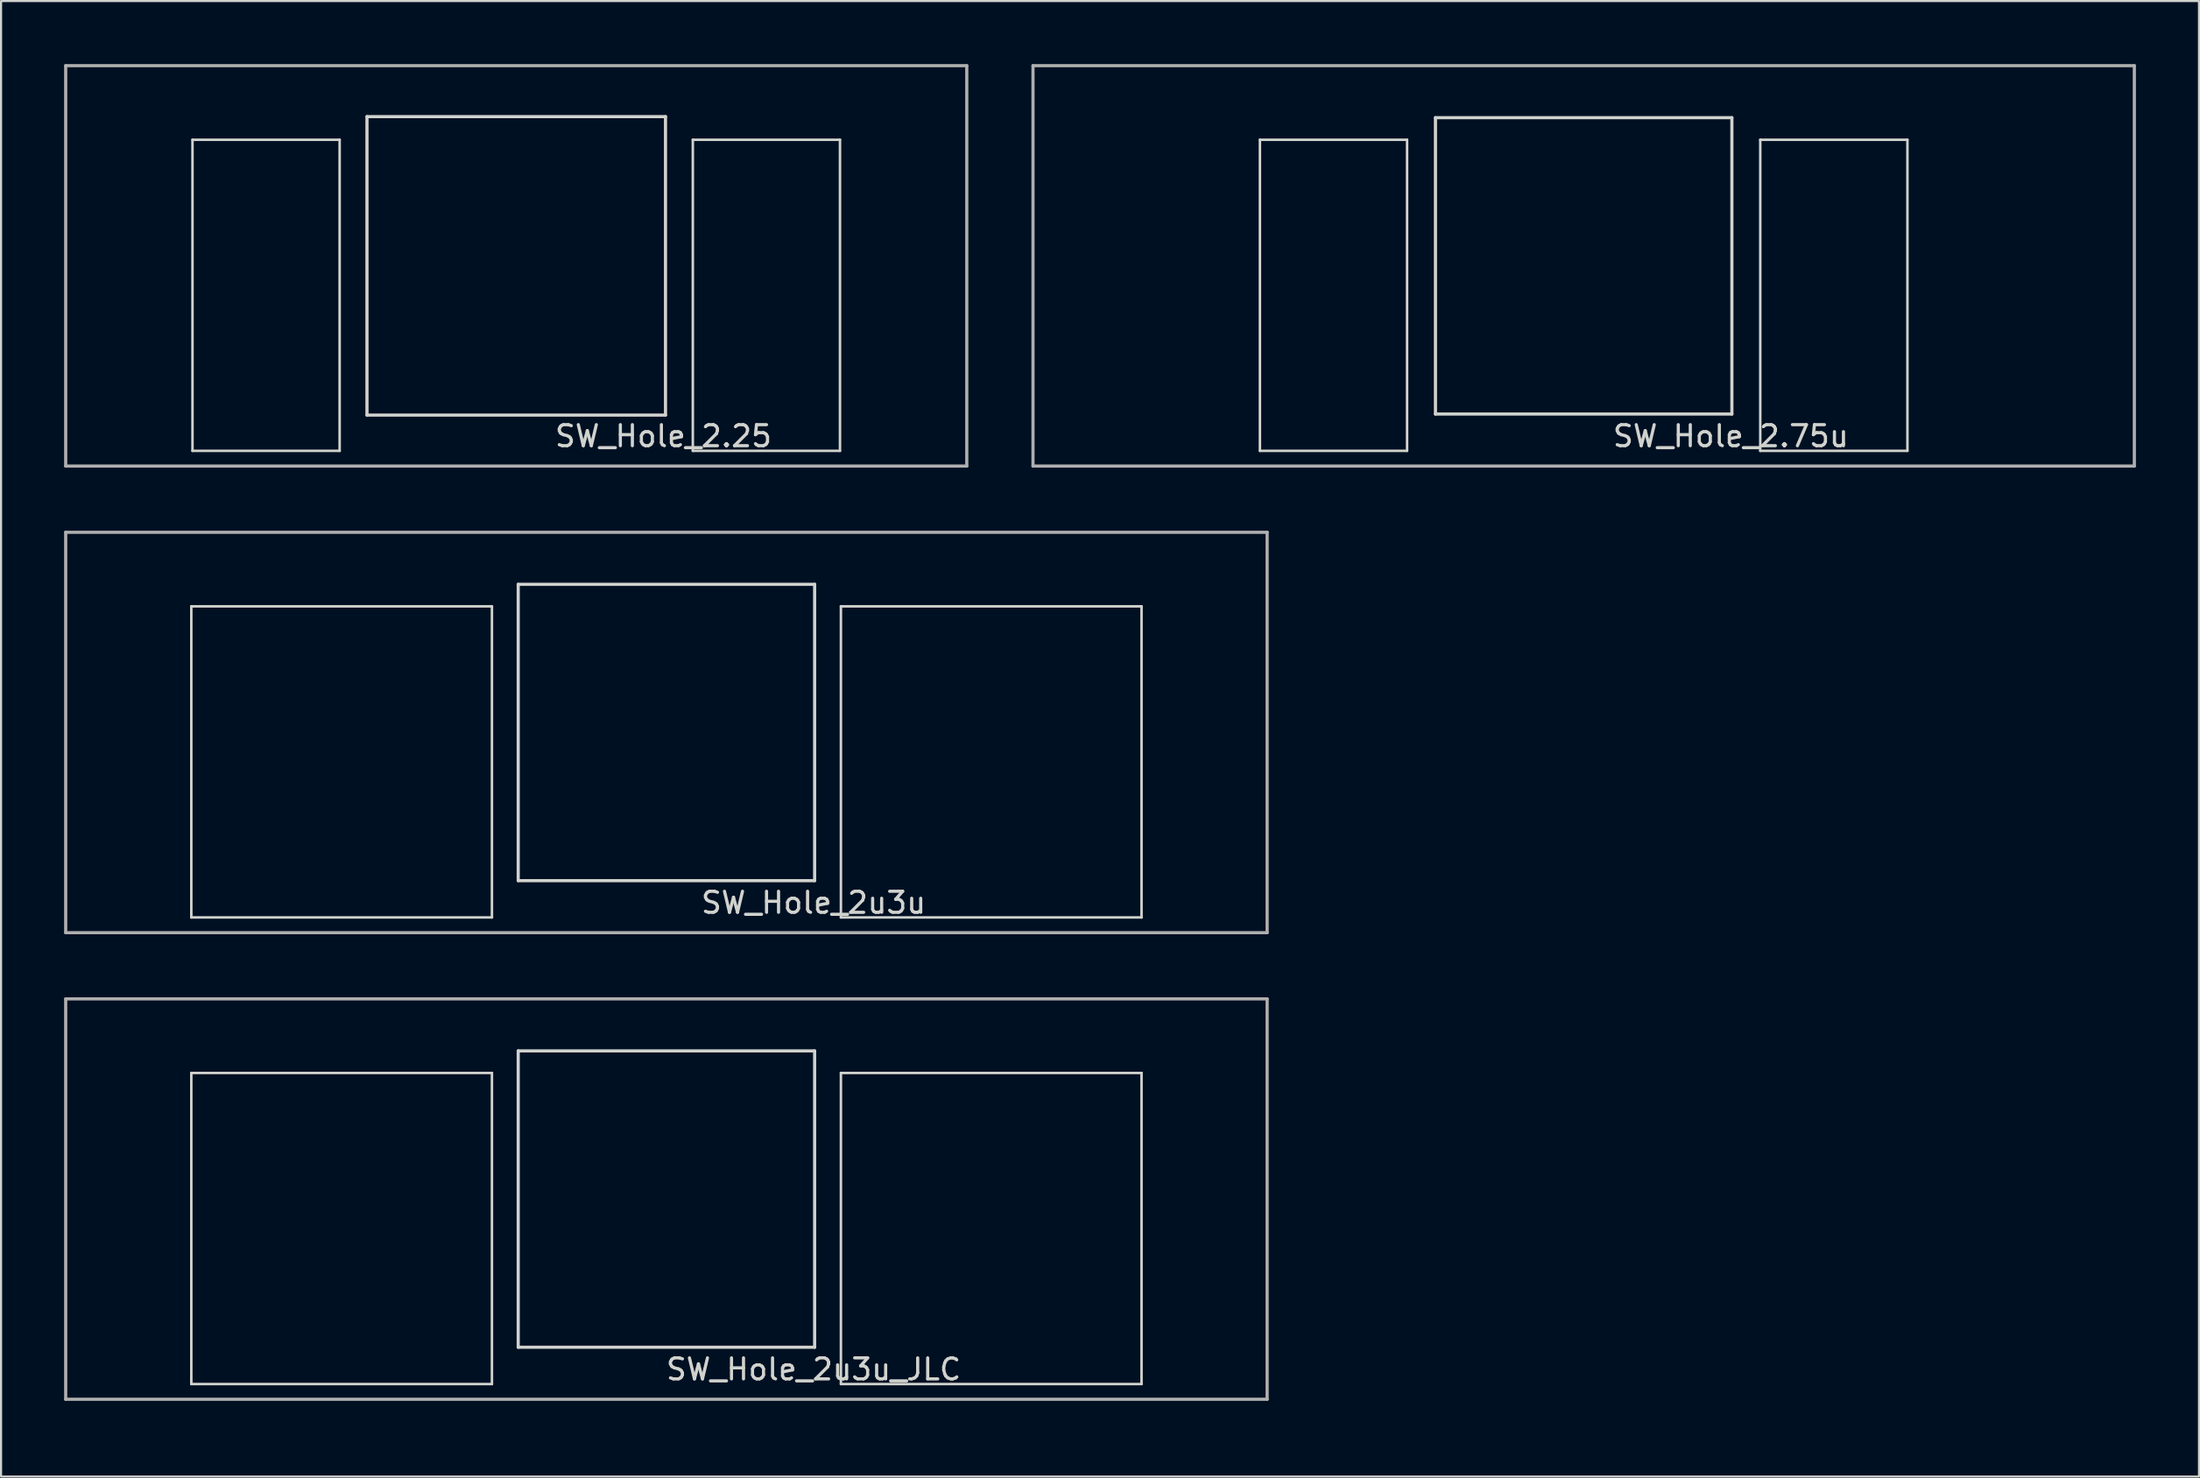
<source format=kicad_pcb>
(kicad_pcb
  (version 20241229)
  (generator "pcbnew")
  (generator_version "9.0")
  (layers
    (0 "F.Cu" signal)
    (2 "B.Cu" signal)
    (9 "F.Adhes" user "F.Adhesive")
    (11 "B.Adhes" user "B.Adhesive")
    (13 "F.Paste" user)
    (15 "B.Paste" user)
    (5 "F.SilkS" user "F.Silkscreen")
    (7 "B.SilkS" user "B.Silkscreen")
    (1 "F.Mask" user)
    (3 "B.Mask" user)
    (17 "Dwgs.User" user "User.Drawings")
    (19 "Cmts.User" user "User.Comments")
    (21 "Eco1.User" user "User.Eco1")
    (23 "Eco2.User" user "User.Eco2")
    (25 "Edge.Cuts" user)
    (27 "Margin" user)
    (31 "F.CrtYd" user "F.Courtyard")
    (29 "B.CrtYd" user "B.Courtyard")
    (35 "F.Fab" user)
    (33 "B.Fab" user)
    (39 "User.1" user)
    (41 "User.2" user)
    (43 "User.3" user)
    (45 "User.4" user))
  (footprint "SW_Hole_2.25"
    (layer "F.Cu")
    (at 21.506 9.6)
    (property "Reference" "SW_Hole_2.25" (at 7 8.1 0) (layer "Edge.Cuts") (effects (font (size 1 1) (thickness 0.15))))
    (attr through_hole)
    (fp_line (start -15.4 -6) (end -8.4 -6) (stroke (width 0.12) (type solid)) (layer "Edge.Cuts"))
    (fp_line (start -15.4 8.8) (end -15.4 -6) (stroke (width 0.12) (type solid)) (layer "Edge.Cuts"))
    (fp_line (start -8.4 -6) (end -8.4 8.8) (stroke (width 0.12) (type solid)) (layer "Edge.Cuts"))
    (fp_line (start -8.4 8.8) (end -15.4 8.8) (stroke (width 0.12) (type solid)) (layer "Edge.Cuts"))
    (fp_line (start -7.1 -7.1) (end 7.1 -7.1) (stroke (width 0.15) (type solid)) (layer "Edge.Cuts"))
    (fp_line (start -7.1 7.1) (end -7.1 -7.1) (stroke (width 0.15) (type solid)) (layer "Edge.Cuts"))
    (fp_line (start 7.1 -7.1) (end 7.1 7.1) (stroke (width 0.15) (type solid)) (layer "Edge.Cuts"))
    (fp_line (start 7.1 7.1) (end -7.1 7.1) (stroke (width 0.15) (type solid)) (layer "Edge.Cuts"))
    (fp_line (start 8.4 -6) (end 8.4 8.8) (stroke (width 0.12) (type solid)) (layer "Edge.Cuts"))
    (fp_line (start 8.4 8.8) (end 15.4 8.8) (stroke (width 0.12) (type solid)) (layer "Edge.Cuts"))
    (fp_line (start 15.4 -6) (end 8.4 -6) (stroke (width 0.12) (type solid)) (layer "Edge.Cuts"))
    (fp_line (start 15.4 8.8) (end 15.4 -6) (stroke (width 0.12) (type solid)) (layer "Edge.Cuts"))
    (fp_line (start -21.431 -9.525) (end -21.431 9.525) (stroke (width 0.15) (type solid)) (layer "F.Fab"))
    (fp_line (start -21.431 9.525) (end 21.431 9.525) (stroke (width 0.15) (type solid)) (layer "F.Fab"))
    (fp_line (start 21.431 -9.525) (end -21.431 -9.525) (stroke (width 0.15) (type solid)) (layer "F.Fab"))
    (fp_line (start 21.431 9.525) (end 21.431 -9.525) (stroke (width 0.15) (type solid)) (layer "F.Fab")))
  (footprint "SW_Hole_2.75u"
    (layer "F.Cu")
    (at 72.281 9.6)
    (property "Reference" "SW_Hole_2.75u" (at 7 8.1 0) (layer "Edge.Cuts") (effects (font (size 1 1) (thickness 0.15))))
    (attr through_hole)
    (fp_line (start -15.4 -6) (end -8.4 -6) (stroke (width 0.12) (type solid)) (layer "Edge.Cuts"))
    (fp_line (start -15.4 8.8) (end -15.4 -6) (stroke (width 0.12) (type solid)) (layer "Edge.Cuts"))
    (fp_line (start -8.4 -6) (end -8.4 8.8) (stroke (width 0.12) (type solid)) (layer "Edge.Cuts"))
    (fp_line (start -8.4 8.8) (end -15.4 8.8) (stroke (width 0.12) (type solid)) (layer "Edge.Cuts"))
    (fp_line (start -7.05 -7.05) (end 7.05 -7.05) (stroke (width 0.15) (type solid)) (layer "Edge.Cuts"))
    (fp_line (start -7.05 7.05) (end -7.05 -7.05) (stroke (width 0.15) (type solid)) (layer "Edge.Cuts"))
    (fp_line (start 7.05 -7.05) (end 7.05 7.05) (stroke (width 0.15) (type solid)) (layer "Edge.Cuts"))
    (fp_line (start 7.05 7.05) (end -7.05 7.05) (stroke (width 0.15) (type solid)) (layer "Edge.Cuts"))
    (fp_line (start 8.4 -6) (end 8.4 8.8) (stroke (width 0.12) (type solid)) (layer "Edge.Cuts"))
    (fp_line (start 8.4 8.8) (end 15.4 8.8) (stroke (width 0.12) (type solid)) (layer "Edge.Cuts"))
    (fp_line (start 15.4 -6) (end 8.4 -6) (stroke (width 0.12) (type solid)) (layer "Edge.Cuts"))
    (fp_line (start 15.4 8.8) (end 15.4 -6) (stroke (width 0.12) (type solid)) (layer "Edge.Cuts"))
    (fp_line (start -26.194 -9.525) (end -26.194 9.525) (stroke (width 0.15) (type solid)) (layer "F.Fab"))
    (fp_line (start -26.194 9.525) (end 26.194 9.525) (stroke (width 0.15) (type solid)) (layer "F.Fab"))
    (fp_line (start 26.194 -9.525) (end -26.194 -9.525) (stroke (width 0.15) (type solid)) (layer "F.Fab"))
    (fp_line (start 26.194 9.525) (end 26.194 -9.525) (stroke (width 0.15) (type solid)) (layer "F.Fab")))
  (footprint "SW_Hole_2u3u"
    (layer "F.Cu")
    (at 28.65 31.8)
    (property "Reference" "SW_Hole_2u3u" (at 7 8.1 0) (layer "Edge.Cuts") (effects (font (size 1 1) (thickness 0.15))))
    (attr through_hole)
    (fp_line (start -22.6 -6) (end -8.3 -6) (stroke (width 0.12) (type solid)) (layer "Edge.Cuts"))
    (fp_line (start -22.6 8.8) (end -22.6 -6) (stroke (width 0.12) (type solid)) (layer "Edge.Cuts"))
    (fp_line (start -8.3 -6) (end -8.3 8.8) (stroke (width 0.12) (type solid)) (layer "Edge.Cuts"))
    (fp_line (start -8.3 8.8) (end -22.6 8.8) (stroke (width 0.12) (type solid)) (layer "Edge.Cuts"))
    (fp_line (start -7.05 -7.05) (end 7.05 -7.05) (stroke (width 0.15) (type solid)) (layer "Edge.Cuts"))
    (fp_line (start -7.05 7.05) (end -7.05 -7.05) (stroke (width 0.15) (type solid)) (layer "Edge.Cuts"))
    (fp_line (start 7.05 -7.05) (end 7.05 7.05) (stroke (width 0.15) (type solid)) (layer "Edge.Cuts"))
    (fp_line (start 7.05 7.05) (end -7.05 7.05) (stroke (width 0.15) (type solid)) (layer "Edge.Cuts"))
    (fp_line (start 8.3 -6) (end 8.3 8.8) (stroke (width 0.12) (type solid)) (layer "Edge.Cuts"))
    (fp_line (start 8.3 8.8) (end 22.6 8.8) (stroke (width 0.12) (type solid)) (layer "Edge.Cuts"))
    (fp_line (start 22.6 -6) (end 8.3 -6) (stroke (width 0.12) (type solid)) (layer "Edge.Cuts"))
    (fp_line (start 22.6 8.8) (end 22.6 -6) (stroke (width 0.12) (type solid)) (layer "Edge.Cuts"))
    (fp_line (start -28.575 -9.525) (end -28.575 9.525) (stroke (width 0.15) (type solid)) (layer "F.Fab"))
    (fp_line (start -28.575 9.525) (end 28.575 9.525) (stroke (width 0.15) (type solid)) (layer "F.Fab"))
    (fp_line (start 28.575 -9.525) (end -28.575 -9.525) (stroke (width 0.15) (type solid)) (layer "F.Fab"))
    (fp_line (start 28.575 9.525) (end 28.575 -9.525) (stroke (width 0.15) (type solid)) (layer "F.Fab")))
  (footprint "SW_Hole_2u3u_JLC"
    (layer "F.Cu")
    (at 28.65 54)
    (property "Reference" "SW_Hole_2u3u_JLC" (at 7 8.1 0) (layer "Edge.Cuts") (effects (font (size 1 1) (thickness 0.15))))
    (attr through_hole)
    (fp_line (start -23.35 -6.75) (end -14.9 -6.75) (stroke (width 1.3) (type default)) (layer "F.Mask"))
    (fp_line (start -23.35 9.55) (end -23.35 -6.75) (stroke (width 1.3) (type default)) (layer "F.Mask"))
    (fp_line (start -23.35 9.55) (end -14.87 9.55) (stroke (width 1.3) (type default)) (layer "F.Mask"))
    (fp_line (start -16.25 -6.75) (end -7.8 -6.75) (stroke (width 1.3) (type default)) (layer "F.Mask"))
    (fp_line (start -16.25 9.55) (end -7.77 9.55) (stroke (width 1.3) (type default)) (layer "F.Mask"))
    (fp_line (start -7.675 9.55) (end -7.675 -7.8) (stroke (width 1.05) (type default)) (layer "F.Mask"))
    (fp_line (start -7.55 -7.8) (end 7.55 -7.8) (stroke (width 1.3) (type default)) (layer "F.Mask"))
    (fp_line (start -7.55 7.8) (end 7.55 7.8) (stroke (width 1.3) (type default)) (layer "F.Mask"))
    (fp_line (start 7.675 9.55) (end 7.675 -7.8) (stroke (width 1.05) (type default)) (layer "F.Mask"))
    (fp_line (start 16.25 -6.75) (end 7.8 -6.75) (stroke (width 1.3) (type default)) (layer "F.Mask"))
    (fp_line (start 16.25 9.55) (end 7.77 9.55) (stroke (width 1.3) (type default)) (layer "F.Mask"))
    (fp_line (start 23.35 -6.75) (end 14.9 -6.75) (stroke (width 1.3) (type default)) (layer "F.Mask"))
    (fp_line (start 23.35 -6.75) (end 23.35 9.55) (stroke (width 1.3) (type default)) (layer "F.Mask"))
    (fp_line (start 23.35 9.55) (end 14.87 9.55) (stroke (width 1.3) (type default)) (layer "F.Mask"))
    (fp_line (start -23.35 -6.75) (end -23.35 9.55) (stroke (width 1.3) (type default)) (layer "B.Mask"))
    (fp_line (start -23.35 -6.75) (end -14.9 -6.75) (stroke (width 1.3) (type default)) (layer "B.Mask"))
    (fp_line (start -23.35 9.55) (end -14.87 9.55) (stroke (width 1.3) (type default)) (layer "B.Mask"))
    (fp_line (start -16.25 -6.75) (end -7.8 -6.75) (stroke (width 1.3) (type default)) (layer "B.Mask"))
    (fp_line (start -16.25 9.55) (end -7.77 9.55) (stroke (width 1.3) (type default)) (layer "B.Mask"))
    (fp_line (start -7.675 9.55) (end -7.675 -7.8) (stroke (width 1.05) (type default)) (layer "B.Mask"))
    (fp_line (start 7.55 -7.8) (end -7.55 -7.8) (stroke (width 1.3) (type default)) (layer "B.Mask"))
    (fp_line (start 7.55 7.8) (end -7.55 7.8) (stroke (width 1.3) (type default)) (layer "B.Mask"))
    (fp_line (start 7.675 9.55) (end 7.675 -7.8) (stroke (width 1.05) (type default)) (layer "B.Mask"))
    (fp_line (start 16.25 -6.75) (end 7.8 -6.75) (stroke (width 1.3) (type default)) (layer "B.Mask"))
    (fp_line (start 16.25 9.55) (end 7.77 9.55) (stroke (width 1.3) (type default)) (layer "B.Mask"))
    (fp_line (start 23.35 -6.75) (end 14.9 -6.75) (stroke (width 1.3) (type default)) (layer "B.Mask"))
    (fp_line (start 23.35 9.55) (end 14.87 9.55) (stroke (width 1.3) (type default)) (layer "B.Mask"))
    (fp_line (start 23.35 9.55) (end 23.35 -6.75) (stroke (width 1.3) (type default)) (layer "B.Mask"))
    (fp_line (start -22.6 -6) (end -8.3 -6) (stroke (width 0.12) (type solid)) (layer "Edge.Cuts"))
    (fp_line (start -22.6 8.8) (end -22.6 -6) (stroke (width 0.12) (type solid)) (layer "Edge.Cuts"))
    (fp_line (start -8.3 -6) (end -8.3 8.8) (stroke (width 0.12) (type solid)) (layer "Edge.Cuts"))
    (fp_line (start -8.3 8.8) (end -22.6 8.8) (stroke (width 0.12) (type solid)) (layer "Edge.Cuts"))
    (fp_line (start -7.05 -7.05) (end 7.05 -7.05) (stroke (width 0.15) (type solid)) (layer "Edge.Cuts"))
    (fp_line (start -7.05 7.05) (end -7.05 -7.05) (stroke (width 0.15) (type solid)) (layer "Edge.Cuts"))
    (fp_line (start 7.05 -7.05) (end 7.05 7.05) (stroke (width 0.15) (type solid)) (layer "Edge.Cuts"))
    (fp_line (start 7.05 7.05) (end -7.05 7.05) (stroke (width 0.15) (type solid)) (layer "Edge.Cuts"))
    (fp_line (start 8.3 -6) (end 8.3 8.8) (stroke (width 0.12) (type solid)) (layer "Edge.Cuts"))
    (fp_line (start 8.3 8.8) (end 22.6 8.8) (stroke (width 0.12) (type solid)) (layer "Edge.Cuts"))
    (fp_line (start 22.6 -6) (end 8.3 -6) (stroke (width 0.12) (type solid)) (layer "Edge.Cuts"))
    (fp_line (start 22.6 8.8) (end 22.6 -6) (stroke (width 0.12) (type solid)) (layer "Edge.Cuts"))
    (fp_line (start -28.575 -9.525) (end -28.575 9.525) (stroke (width 0.15) (type solid)) (layer "F.Fab"))
    (fp_line (start -28.575 9.525) (end 28.575 9.525) (stroke (width 0.15) (type solid)) (layer "F.Fab"))
    (fp_line (start 28.575 -9.525) (end -28.575 -9.525) (stroke (width 0.15) (type solid)) (layer "F.Fab"))
    (fp_line (start 28.575 9.525) (end 28.575 -9.525) (stroke (width 0.15) (type solid)) (layer "F.Fab")))
  (gr_rect
    (start -3 -3)
    (end 101.55 67.2)
    (stroke (width 0.1) (type default))
    (fill no)
    (layer "Edge.Cuts")))
</source>
